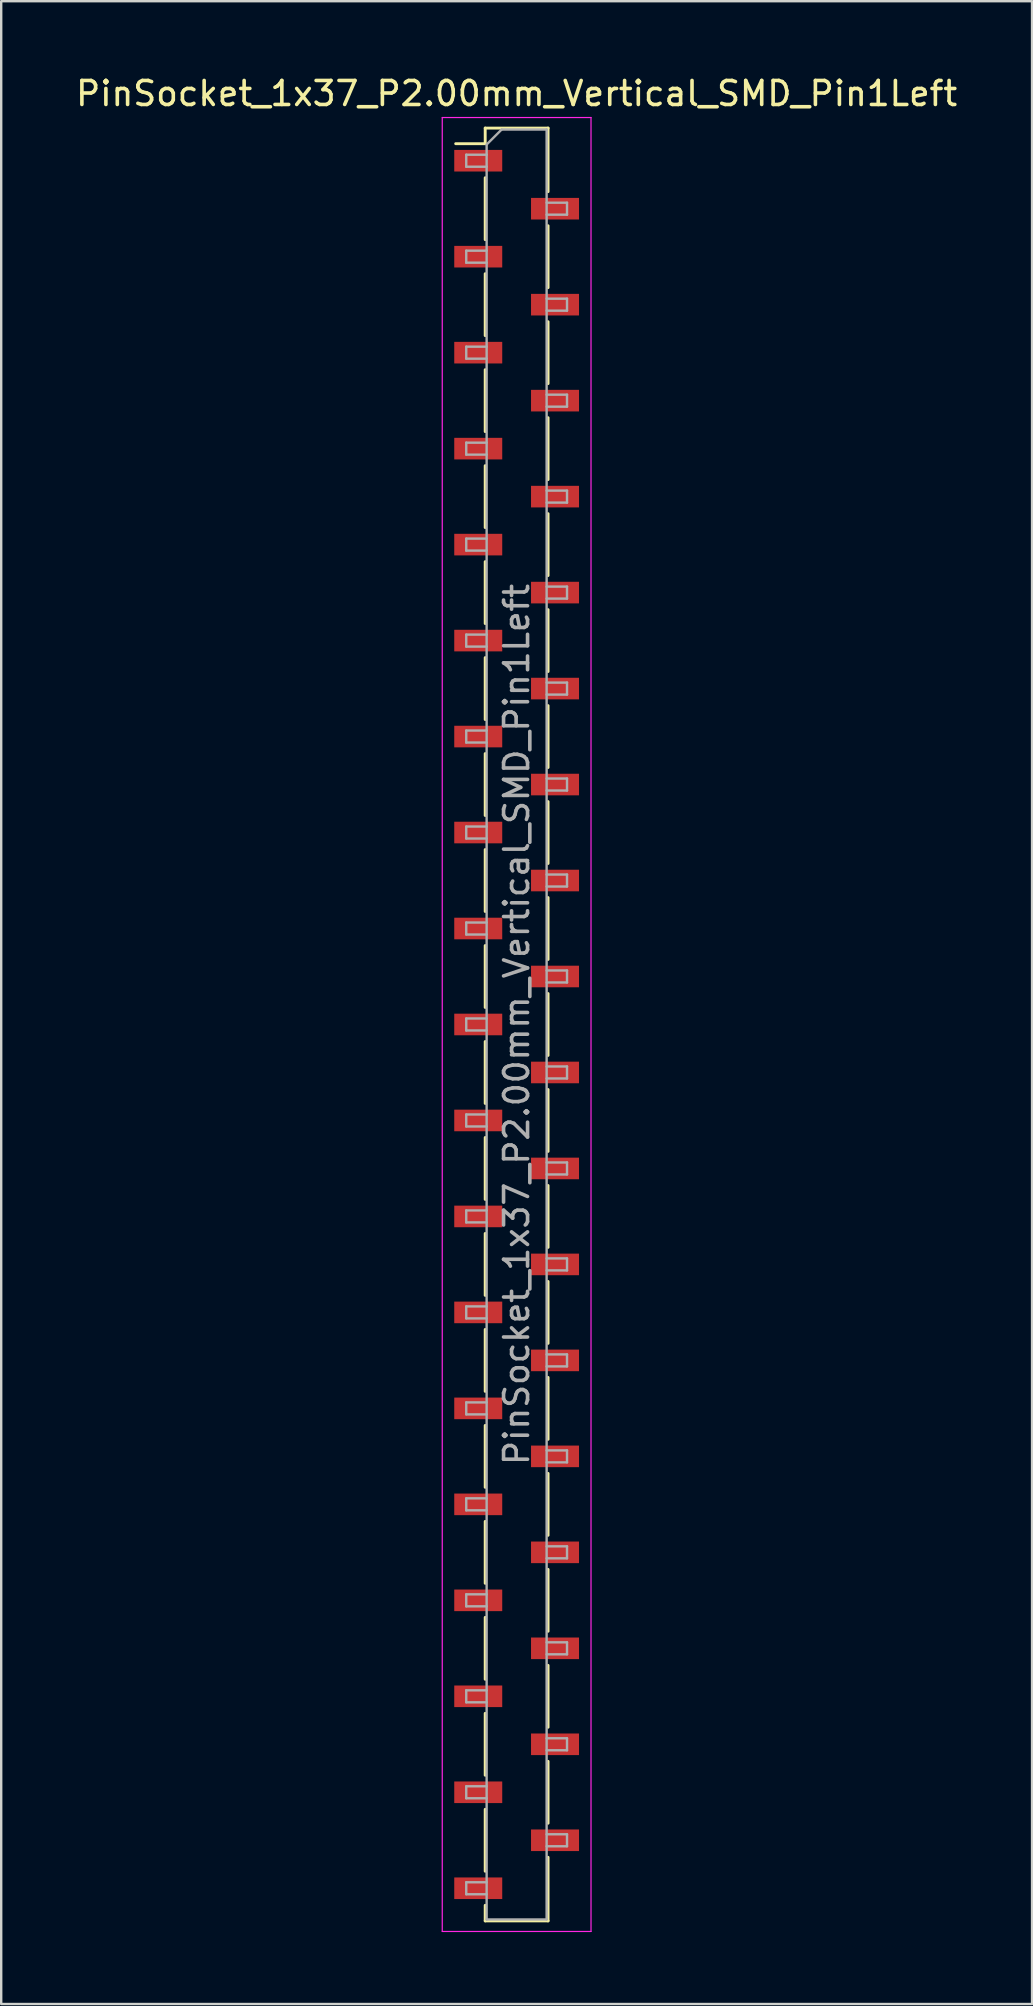
<source format=kicad_pcb>
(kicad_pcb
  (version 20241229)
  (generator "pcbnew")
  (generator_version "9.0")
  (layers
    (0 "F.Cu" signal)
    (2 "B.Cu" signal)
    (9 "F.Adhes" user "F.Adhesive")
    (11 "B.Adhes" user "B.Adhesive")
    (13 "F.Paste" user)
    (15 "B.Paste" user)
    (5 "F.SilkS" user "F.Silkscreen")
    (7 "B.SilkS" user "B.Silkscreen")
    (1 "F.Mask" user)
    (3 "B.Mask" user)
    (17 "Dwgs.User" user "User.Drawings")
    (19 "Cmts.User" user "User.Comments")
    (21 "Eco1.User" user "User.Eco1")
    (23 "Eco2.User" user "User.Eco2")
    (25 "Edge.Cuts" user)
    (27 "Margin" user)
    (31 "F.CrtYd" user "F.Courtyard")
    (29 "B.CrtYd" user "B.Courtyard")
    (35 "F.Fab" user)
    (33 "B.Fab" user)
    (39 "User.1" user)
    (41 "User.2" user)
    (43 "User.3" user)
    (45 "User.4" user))
  (footprint "PinSocket_1x37_P2.00mm_Vertical_SMD_Pin1Left"
    (layer "F.Cu")
    (at 18.482 39.648)
    (property "Reference" "PinSocket_1x37_P2.00mm_Vertical_SMD_Pin1Left" (at 0 -38.8 0) (layer "F.SilkS") (effects (font (size 1 1) (thickness 0.15))))
    (attr smd)
    (fp_line (start -2.54 -36.71) (end -1.31 -36.71) (stroke (width 0.12) (type solid)) (layer "F.SilkS"))
    (fp_line (start -1.31 -37.36) (end -1.31 -36.71) (stroke (width 0.12) (type solid)) (layer "F.SilkS"))
    (fp_line (start -1.31 -37.36) (end 1.31 -37.36) (stroke (width 0.12) (type solid)) (layer "F.SilkS"))
    (fp_line (start -1.31 -35.29) (end -1.31 -32.71) (stroke (width 0.12) (type solid)) (layer "F.SilkS"))
    (fp_line (start -1.31 -31.29) (end -1.31 -28.71) (stroke (width 0.12) (type solid)) (layer "F.SilkS"))
    (fp_line (start -1.31 -27.29) (end -1.31 -24.71) (stroke (width 0.12) (type solid)) (layer "F.SilkS"))
    (fp_line (start -1.31 -23.29) (end -1.31 -20.71) (stroke (width 0.12) (type solid)) (layer "F.SilkS"))
    (fp_line (start -1.31 -19.29) (end -1.31 -16.71) (stroke (width 0.12) (type solid)) (layer "F.SilkS"))
    (fp_line (start -1.31 -15.29) (end -1.31 -12.71) (stroke (width 0.12) (type solid)) (layer "F.SilkS"))
    (fp_line (start -1.31 -11.29) (end -1.31 -8.71) (stroke (width 0.12) (type solid)) (layer "F.SilkS"))
    (fp_line (start -1.31 -7.29) (end -1.31 -4.71) (stroke (width 0.12) (type solid)) (layer "F.SilkS"))
    (fp_line (start -1.31 -3.29) (end -1.31 -0.71) (stroke (width 0.12) (type solid)) (layer "F.SilkS"))
    (fp_line (start -1.31 0.71) (end -1.31 3.29) (stroke (width 0.12) (type solid)) (layer "F.SilkS"))
    (fp_line (start -1.31 4.71) (end -1.31 7.29) (stroke (width 0.12) (type solid)) (layer "F.SilkS"))
    (fp_line (start -1.31 8.71) (end -1.31 11.29) (stroke (width 0.12) (type solid)) (layer "F.SilkS"))
    (fp_line (start -1.31 12.71) (end -1.31 15.29) (stroke (width 0.12) (type solid)) (layer "F.SilkS"))
    (fp_line (start -1.31 16.71) (end -1.31 19.29) (stroke (width 0.12) (type solid)) (layer "F.SilkS"))
    (fp_line (start -1.31 20.71) (end -1.31 23.29) (stroke (width 0.12) (type solid)) (layer "F.SilkS"))
    (fp_line (start -1.31 24.71) (end -1.31 27.29) (stroke (width 0.12) (type solid)) (layer "F.SilkS"))
    (fp_line (start -1.31 28.71) (end -1.31 31.29) (stroke (width 0.12) (type solid)) (layer "F.SilkS"))
    (fp_line (start -1.31 32.71) (end -1.31 35.29) (stroke (width 0.12) (type solid)) (layer "F.SilkS"))
    (fp_line (start -1.31 36.71) (end -1.31 37.36) (stroke (width 0.12) (type solid)) (layer "F.SilkS"))
    (fp_line (start -1.31 37.36) (end 1.31 37.36) (stroke (width 0.12) (type solid)) (layer "F.SilkS"))
    (fp_line (start 1.31 -37.36) (end 1.31 -34.71) (stroke (width 0.12) (type solid)) (layer "F.SilkS"))
    (fp_line (start 1.31 -33.29) (end 1.31 -30.71) (stroke (width 0.12) (type solid)) (layer "F.SilkS"))
    (fp_line (start 1.31 -29.29) (end 1.31 -26.71) (stroke (width 0.12) (type solid)) (layer "F.SilkS"))
    (fp_line (start 1.31 -25.29) (end 1.31 -22.71) (stroke (width 0.12) (type solid)) (layer "F.SilkS"))
    (fp_line (start 1.31 -21.29) (end 1.31 -18.71) (stroke (width 0.12) (type solid)) (layer "F.SilkS"))
    (fp_line (start 1.31 -17.29) (end 1.31 -14.71) (stroke (width 0.12) (type solid)) (layer "F.SilkS"))
    (fp_line (start 1.31 -13.29) (end 1.31 -10.71) (stroke (width 0.12) (type solid)) (layer "F.SilkS"))
    (fp_line (start 1.31 -9.29) (end 1.31 -6.71) (stroke (width 0.12) (type solid)) (layer "F.SilkS"))
    (fp_line (start 1.31 -5.29) (end 1.31 -2.71) (stroke (width 0.12) (type solid)) (layer "F.SilkS"))
    (fp_line (start 1.31 -1.29) (end 1.31 1.29) (stroke (width 0.12) (type solid)) (layer "F.SilkS"))
    (fp_line (start 1.31 2.71) (end 1.31 5.29) (stroke (width 0.12) (type solid)) (layer "F.SilkS"))
    (fp_line (start 1.31 6.71) (end 1.31 9.29) (stroke (width 0.12) (type solid)) (layer "F.SilkS"))
    (fp_line (start 1.31 10.71) (end 1.31 13.29) (stroke (width 0.12) (type solid)) (layer "F.SilkS"))
    (fp_line (start 1.31 14.71) (end 1.31 17.29) (stroke (width 0.12) (type solid)) (layer "F.SilkS"))
    (fp_line (start 1.31 18.71) (end 1.31 21.29) (stroke (width 0.12) (type solid)) (layer "F.SilkS"))
    (fp_line (start 1.31 22.71) (end 1.31 25.29) (stroke (width 0.12) (type solid)) (layer "F.SilkS"))
    (fp_line (start 1.31 26.71) (end 1.31 29.29) (stroke (width 0.12) (type solid)) (layer "F.SilkS"))
    (fp_line (start 1.31 30.71) (end 1.31 33.29) (stroke (width 0.12) (type solid)) (layer "F.SilkS"))
    (fp_line (start 1.31 34.71) (end 1.31 37.36) (stroke (width 0.12) (type solid)) (layer "F.SilkS"))
    (fp_line (start -3.1 -37.8) (end 3.1 -37.8) (stroke (width 0.05) (type solid)) (layer "F.CrtYd"))
    (fp_line (start -3.1 37.8) (end -3.1 -37.8) (stroke (width 0.05) (type solid)) (layer "F.CrtYd"))
    (fp_line (start 3.1 -37.8) (end 3.1 37.8) (stroke (width 0.05) (type solid)) (layer "F.CrtYd"))
    (fp_line (start 3.1 37.8) (end -3.1 37.8) (stroke (width 0.05) (type solid)) (layer "F.CrtYd"))
    (fp_line (start -2.1 -36.25) (end -1.25 -36.25) (stroke (width 0.1) (type solid)) (layer "F.Fab"))
    (fp_line (start -2.1 -35.75) (end -2.1 -36.25) (stroke (width 0.1) (type solid)) (layer "F.Fab"))
    (fp_line (start -2.1 -32.25) (end -1.25 -32.25) (stroke (width 0.1) (type solid)) (layer "F.Fab"))
    (fp_line (start -2.1 -31.75) (end -2.1 -32.25) (stroke (width 0.1) (type solid)) (layer "F.Fab"))
    (fp_line (start -2.1 -28.25) (end -1.25 -28.25) (stroke (width 0.1) (type solid)) (layer "F.Fab"))
    (fp_line (start -2.1 -27.75) (end -2.1 -28.25) (stroke (width 0.1) (type solid)) (layer "F.Fab"))
    (fp_line (start -2.1 -24.25) (end -1.25 -24.25) (stroke (width 0.1) (type solid)) (layer "F.Fab"))
    (fp_line (start -2.1 -23.75) (end -2.1 -24.25) (stroke (width 0.1) (type solid)) (layer "F.Fab"))
    (fp_line (start -2.1 -20.25) (end -1.25 -20.25) (stroke (width 0.1) (type solid)) (layer "F.Fab"))
    (fp_line (start -2.1 -19.75) (end -2.1 -20.25) (stroke (width 0.1) (type solid)) (layer "F.Fab"))
    (fp_line (start -2.1 -16.25) (end -1.25 -16.25) (stroke (width 0.1) (type solid)) (layer "F.Fab"))
    (fp_line (start -2.1 -15.75) (end -2.1 -16.25) (stroke (width 0.1) (type solid)) (layer "F.Fab"))
    (fp_line (start -2.1 -12.25) (end -1.25 -12.25) (stroke (width 0.1) (type solid)) (layer "F.Fab"))
    (fp_line (start -2.1 -11.75) (end -2.1 -12.25) (stroke (width 0.1) (type solid)) (layer "F.Fab"))
    (fp_line (start -2.1 -8.25) (end -1.25 -8.25) (stroke (width 0.1) (type solid)) (layer "F.Fab"))
    (fp_line (start -2.1 -7.75) (end -2.1 -8.25) (stroke (width 0.1) (type solid)) (layer "F.Fab"))
    (fp_line (start -2.1 -4.25) (end -1.25 -4.25) (stroke (width 0.1) (type solid)) (layer "F.Fab"))
    (fp_line (start -2.1 -3.75) (end -2.1 -4.25) (stroke (width 0.1) (type solid)) (layer "F.Fab"))
    (fp_line (start -2.1 -0.25) (end -1.25 -0.25) (stroke (width 0.1) (type solid)) (layer "F.Fab"))
    (fp_line (start -2.1 0.25) (end -2.1 -0.25) (stroke (width 0.1) (type solid)) (layer "F.Fab"))
    (fp_line (start -2.1 3.75) (end -1.25 3.75) (stroke (width 0.1) (type solid)) (layer "F.Fab"))
    (fp_line (start -2.1 4.25) (end -2.1 3.75) (stroke (width 0.1) (type solid)) (layer "F.Fab"))
    (fp_line (start -2.1 7.75) (end -1.25 7.75) (stroke (width 0.1) (type solid)) (layer "F.Fab"))
    (fp_line (start -2.1 8.25) (end -2.1 7.75) (stroke (width 0.1) (type solid)) (layer "F.Fab"))
    (fp_line (start -2.1 11.75) (end -1.25 11.75) (stroke (width 0.1) (type solid)) (layer "F.Fab"))
    (fp_line (start -2.1 12.25) (end -2.1 11.75) (stroke (width 0.1) (type solid)) (layer "F.Fab"))
    (fp_line (start -2.1 15.75) (end -1.25 15.75) (stroke (width 0.1) (type solid)) (layer "F.Fab"))
    (fp_line (start -2.1 16.25) (end -2.1 15.75) (stroke (width 0.1) (type solid)) (layer "F.Fab"))
    (fp_line (start -2.1 19.75) (end -1.25 19.75) (stroke (width 0.1) (type solid)) (layer "F.Fab"))
    (fp_line (start -2.1 20.25) (end -2.1 19.75) (stroke (width 0.1) (type solid)) (layer "F.Fab"))
    (fp_line (start -2.1 23.75) (end -1.25 23.75) (stroke (width 0.1) (type solid)) (layer "F.Fab"))
    (fp_line (start -2.1 24.25) (end -2.1 23.75) (stroke (width 0.1) (type solid)) (layer "F.Fab"))
    (fp_line (start -2.1 27.75) (end -1.25 27.75) (stroke (width 0.1) (type solid)) (layer "F.Fab"))
    (fp_line (start -2.1 28.25) (end -2.1 27.75) (stroke (width 0.1) (type solid)) (layer "F.Fab"))
    (fp_line (start -2.1 31.75) (end -1.25 31.75) (stroke (width 0.1) (type solid)) (layer "F.Fab"))
    (fp_line (start -2.1 32.25) (end -2.1 31.75) (stroke (width 0.1) (type solid)) (layer "F.Fab"))
    (fp_line (start -2.1 35.75) (end -1.25 35.75) (stroke (width 0.1) (type solid)) (layer "F.Fab"))
    (fp_line (start -2.1 36.25) (end -2.1 35.75) (stroke (width 0.1) (type solid)) (layer "F.Fab"))
    (fp_line (start -1.25 -36.675) (end -0.625 -37.3) (stroke (width 0.1) (type solid)) (layer "F.Fab"))
    (fp_line (start -1.25 -35.75) (end -2.1 -35.75) (stroke (width 0.1) (type solid)) (layer "F.Fab"))
    (fp_line (start -1.25 -31.75) (end -2.1 -31.75) (stroke (width 0.1) (type solid)) (layer "F.Fab"))
    (fp_line (start -1.25 -27.75) (end -2.1 -27.75) (stroke (width 0.1) (type solid)) (layer "F.Fab"))
    (fp_line (start -1.25 -23.75) (end -2.1 -23.75) (stroke (width 0.1) (type solid)) (layer "F.Fab"))
    (fp_line (start -1.25 -19.75) (end -2.1 -19.75) (stroke (width 0.1) (type solid)) (layer "F.Fab"))
    (fp_line (start -1.25 -15.75) (end -2.1 -15.75) (stroke (width 0.1) (type solid)) (layer "F.Fab"))
    (fp_line (start -1.25 -11.75) (end -2.1 -11.75) (stroke (width 0.1) (type solid)) (layer "F.Fab"))
    (fp_line (start -1.25 -7.75) (end -2.1 -7.75) (stroke (width 0.1) (type solid)) (layer "F.Fab"))
    (fp_line (start -1.25 -3.75) (end -2.1 -3.75) (stroke (width 0.1) (type solid)) (layer "F.Fab"))
    (fp_line (start -1.25 0.25) (end -2.1 0.25) (stroke (width 0.1) (type solid)) (layer "F.Fab"))
    (fp_line (start -1.25 4.25) (end -2.1 4.25) (stroke (width 0.1) (type solid)) (layer "F.Fab"))
    (fp_line (start -1.25 8.25) (end -2.1 8.25) (stroke (width 0.1) (type solid)) (layer "F.Fab"))
    (fp_line (start -1.25 12.25) (end -2.1 12.25) (stroke (width 0.1) (type solid)) (layer "F.Fab"))
    (fp_line (start -1.25 16.25) (end -2.1 16.25) (stroke (width 0.1) (type solid)) (layer "F.Fab"))
    (fp_line (start -1.25 20.25) (end -2.1 20.25) (stroke (width 0.1) (type solid)) (layer "F.Fab"))
    (fp_line (start -1.25 24.25) (end -2.1 24.25) (stroke (width 0.1) (type solid)) (layer "F.Fab"))
    (fp_line (start -1.25 28.25) (end -2.1 28.25) (stroke (width 0.1) (type solid)) (layer "F.Fab"))
    (fp_line (start -1.25 32.25) (end -2.1 32.25) (stroke (width 0.1) (type solid)) (layer "F.Fab"))
    (fp_line (start -1.25 36.25) (end -2.1 36.25) (stroke (width 0.1) (type solid)) (layer "F.Fab"))
    (fp_line (start -1.25 37.3) (end -1.25 -36.675) (stroke (width 0.1) (type solid)) (layer "F.Fab"))
    (fp_line (start -0.625 -37.3) (end 1.25 -37.3) (stroke (width 0.1) (type solid)) (layer "F.Fab"))
    (fp_line (start 1.25 -37.3) (end 1.25 37.3) (stroke (width 0.1) (type solid)) (layer "F.Fab"))
    (fp_line (start 1.25 -34.25) (end 2.1 -34.25) (stroke (width 0.1) (type solid)) (layer "F.Fab"))
    (fp_line (start 1.25 -30.25) (end 2.1 -30.25) (stroke (width 0.1) (type solid)) (layer "F.Fab"))
    (fp_line (start 1.25 -26.25) (end 2.1 -26.25) (stroke (width 0.1) (type solid)) (layer "F.Fab"))
    (fp_line (start 1.25 -22.25) (end 2.1 -22.25) (stroke (width 0.1) (type solid)) (layer "F.Fab"))
    (fp_line (start 1.25 -18.25) (end 2.1 -18.25) (stroke (width 0.1) (type solid)) (layer "F.Fab"))
    (fp_line (start 1.25 -14.25) (end 2.1 -14.25) (stroke (width 0.1) (type solid)) (layer "F.Fab"))
    (fp_line (start 1.25 -10.25) (end 2.1 -10.25) (stroke (width 0.1) (type solid)) (layer "F.Fab"))
    (fp_line (start 1.25 -6.25) (end 2.1 -6.25) (stroke (width 0.1) (type solid)) (layer "F.Fab"))
    (fp_line (start 1.25 -2.25) (end 2.1 -2.25) (stroke (width 0.1) (type solid)) (layer "F.Fab"))
    (fp_line (start 1.25 1.75) (end 2.1 1.75) (stroke (width 0.1) (type solid)) (layer "F.Fab"))
    (fp_line (start 1.25 5.75) (end 2.1 5.75) (stroke (width 0.1) (type solid)) (layer "F.Fab"))
    (fp_line (start 1.25 9.75) (end 2.1 9.75) (stroke (width 0.1) (type solid)) (layer "F.Fab"))
    (fp_line (start 1.25 13.75) (end 2.1 13.75) (stroke (width 0.1) (type solid)) (layer "F.Fab"))
    (fp_line (start 1.25 17.75) (end 2.1 17.75) (stroke (width 0.1) (type solid)) (layer "F.Fab"))
    (fp_line (start 1.25 21.75) (end 2.1 21.75) (stroke (width 0.1) (type solid)) (layer "F.Fab"))
    (fp_line (start 1.25 25.75) (end 2.1 25.75) (stroke (width 0.1) (type solid)) (layer "F.Fab"))
    (fp_line (start 1.25 29.75) (end 2.1 29.75) (stroke (width 0.1) (type solid)) (layer "F.Fab"))
    (fp_line (start 1.25 33.75) (end 2.1 33.75) (stroke (width 0.1) (type solid)) (layer "F.Fab"))
    (fp_line (start 1.25 37.3) (end -1.25 37.3) (stroke (width 0.1) (type solid)) (layer "F.Fab"))
    (fp_line (start 2.1 -34.25) (end 2.1 -33.75) (stroke (width 0.1) (type solid)) (layer "F.Fab"))
    (fp_line (start 2.1 -33.75) (end 1.25 -33.75) (stroke (width 0.1) (type solid)) (layer "F.Fab"))
    (fp_line (start 2.1 -30.25) (end 2.1 -29.75) (stroke (width 0.1) (type solid)) (layer "F.Fab"))
    (fp_line (start 2.1 -29.75) (end 1.25 -29.75) (stroke (width 0.1) (type solid)) (layer "F.Fab"))
    (fp_line (start 2.1 -26.25) (end 2.1 -25.75) (stroke (width 0.1) (type solid)) (layer "F.Fab"))
    (fp_line (start 2.1 -25.75) (end 1.25 -25.75) (stroke (width 0.1) (type solid)) (layer "F.Fab"))
    (fp_line (start 2.1 -22.25) (end 2.1 -21.75) (stroke (width 0.1) (type solid)) (layer "F.Fab"))
    (fp_line (start 2.1 -21.75) (end 1.25 -21.75) (stroke (width 0.1) (type solid)) (layer "F.Fab"))
    (fp_line (start 2.1 -18.25) (end 2.1 -17.75) (stroke (width 0.1) (type solid)) (layer "F.Fab"))
    (fp_line (start 2.1 -17.75) (end 1.25 -17.75) (stroke (width 0.1) (type solid)) (layer "F.Fab"))
    (fp_line (start 2.1 -14.25) (end 2.1 -13.75) (stroke (width 0.1) (type solid)) (layer "F.Fab"))
    (fp_line (start 2.1 -13.75) (end 1.25 -13.75) (stroke (width 0.1) (type solid)) (layer "F.Fab"))
    (fp_line (start 2.1 -10.25) (end 2.1 -9.75) (stroke (width 0.1) (type solid)) (layer "F.Fab"))
    (fp_line (start 2.1 -9.75) (end 1.25 -9.75) (stroke (width 0.1) (type solid)) (layer "F.Fab"))
    (fp_line (start 2.1 -6.25) (end 2.1 -5.75) (stroke (width 0.1) (type solid)) (layer "F.Fab"))
    (fp_line (start 2.1 -5.75) (end 1.25 -5.75) (stroke (width 0.1) (type solid)) (layer "F.Fab"))
    (fp_line (start 2.1 -2.25) (end 2.1 -1.75) (stroke (width 0.1) (type solid)) (layer "F.Fab"))
    (fp_line (start 2.1 -1.75) (end 1.25 -1.75) (stroke (width 0.1) (type solid)) (layer "F.Fab"))
    (fp_line (start 2.1 1.75) (end 2.1 2.25) (stroke (width 0.1) (type solid)) (layer "F.Fab"))
    (fp_line (start 2.1 2.25) (end 1.25 2.25) (stroke (width 0.1) (type solid)) (layer "F.Fab"))
    (fp_line (start 2.1 5.75) (end 2.1 6.25) (stroke (width 0.1) (type solid)) (layer "F.Fab"))
    (fp_line (start 2.1 6.25) (end 1.25 6.25) (stroke (width 0.1) (type solid)) (layer "F.Fab"))
    (fp_line (start 2.1 9.75) (end 2.1 10.25) (stroke (width 0.1) (type solid)) (layer "F.Fab"))
    (fp_line (start 2.1 10.25) (end 1.25 10.25) (stroke (width 0.1) (type solid)) (layer "F.Fab"))
    (fp_line (start 2.1 13.75) (end 2.1 14.25) (stroke (width 0.1) (type solid)) (layer "F.Fab"))
    (fp_line (start 2.1 14.25) (end 1.25 14.25) (stroke (width 0.1) (type solid)) (layer "F.Fab"))
    (fp_line (start 2.1 17.75) (end 2.1 18.25) (stroke (width 0.1) (type solid)) (layer "F.Fab"))
    (fp_line (start 2.1 18.25) (end 1.25 18.25) (stroke (width 0.1) (type solid)) (layer "F.Fab"))
    (fp_line (start 2.1 21.75) (end 2.1 22.25) (stroke (width 0.1) (type solid)) (layer "F.Fab"))
    (fp_line (start 2.1 22.25) (end 1.25 22.25) (stroke (width 0.1) (type solid)) (layer "F.Fab"))
    (fp_line (start 2.1 25.75) (end 2.1 26.25) (stroke (width 0.1) (type solid)) (layer "F.Fab"))
    (fp_line (start 2.1 26.25) (end 1.25 26.25) (stroke (width 0.1) (type solid)) (layer "F.Fab"))
    (fp_line (start 2.1 29.75) (end 2.1 30.25) (stroke (width 0.1) (type solid)) (layer "F.Fab"))
    (fp_line (start 2.1 30.25) (end 1.25 30.25) (stroke (width 0.1) (type solid)) (layer "F.Fab"))
    (fp_line (start 2.1 33.75) (end 2.1 34.25) (stroke (width 0.1) (type solid)) (layer "F.Fab"))
    (fp_line (start 2.1 34.25) (end 1.25 34.25) (stroke (width 0.1) (type solid)) (layer "F.Fab"))
    (fp_text user "${REFERENCE}" (at 0 0 90) (layer "F.Fab") (effects (font (size 1 1) (thickness 0.15))))
    (pad "1" smd rect (at -1.6 -36) (size 2 0.9) (layers "F.Cu" "F.Mask" "F.Paste"))
    (pad "2" smd rect (at 1.6 -34) (size 2 0.9) (layers "F.Cu" "F.Mask" "F.Paste"))
    (pad "3" smd rect (at -1.6 -32) (size 2 0.9) (layers "F.Cu" "F.Mask" "F.Paste"))
    (pad "4" smd rect (at 1.6 -30) (size 2 0.9) (layers "F.Cu" "F.Mask" "F.Paste"))
    (pad "5" smd rect (at -1.6 -28) (size 2 0.9) (layers "F.Cu" "F.Mask" "F.Paste"))
    (pad "6" smd rect (at 1.6 -26) (size 2 0.9) (layers "F.Cu" "F.Mask" "F.Paste"))
    (pad "7" smd rect (at -1.6 -24) (size 2 0.9) (layers "F.Cu" "F.Mask" "F.Paste"))
    (pad "8" smd rect (at 1.6 -22) (size 2 0.9) (layers "F.Cu" "F.Mask" "F.Paste"))
    (pad "9" smd rect (at -1.6 -20) (size 2 0.9) (layers "F.Cu" "F.Mask" "F.Paste"))
    (pad "10" smd rect (at 1.6 -18) (size 2 0.9) (layers "F.Cu" "F.Mask" "F.Paste"))
    (pad "11" smd rect (at -1.6 -16) (size 2 0.9) (layers "F.Cu" "F.Mask" "F.Paste"))
    (pad "12" smd rect (at 1.6 -14) (size 2 0.9) (layers "F.Cu" "F.Mask" "F.Paste"))
    (pad "13" smd rect (at -1.6 -12) (size 2 0.9) (layers "F.Cu" "F.Mask" "F.Paste"))
    (pad "14" smd rect (at 1.6 -10) (size 2 0.9) (layers "F.Cu" "F.Mask" "F.Paste"))
    (pad "15" smd rect (at -1.6 -8) (size 2 0.9) (layers "F.Cu" "F.Mask" "F.Paste"))
    (pad "16" smd rect (at 1.6 -6) (size 2 0.9) (layers "F.Cu" "F.Mask" "F.Paste"))
    (pad "17" smd rect (at -1.6 -4) (size 2 0.9) (layers "F.Cu" "F.Mask" "F.Paste"))
    (pad "18" smd rect (at 1.6 -2) (size 2 0.9) (layers "F.Cu" "F.Mask" "F.Paste"))
    (pad "19" smd rect (at -1.6 0) (size 2 0.9) (layers "F.Cu" "F.Mask" "F.Paste"))
    (pad "20" smd rect (at 1.6 2) (size 2 0.9) (layers "F.Cu" "F.Mask" "F.Paste"))
    (pad "21" smd rect (at -1.6 4) (size 2 0.9) (layers "F.Cu" "F.Mask" "F.Paste"))
    (pad "22" smd rect (at 1.6 6) (size 2 0.9) (layers "F.Cu" "F.Mask" "F.Paste"))
    (pad "23" smd rect (at -1.6 8) (size 2 0.9) (layers "F.Cu" "F.Mask" "F.Paste"))
    (pad "24" smd rect (at 1.6 10) (size 2 0.9) (layers "F.Cu" "F.Mask" "F.Paste"))
    (pad "25" smd rect (at -1.6 12) (size 2 0.9) (layers "F.Cu" "F.Mask" "F.Paste"))
    (pad "26" smd rect (at 1.6 14) (size 2 0.9) (layers "F.Cu" "F.Mask" "F.Paste"))
    (pad "27" smd rect (at -1.6 16) (size 2 0.9) (layers "F.Cu" "F.Mask" "F.Paste"))
    (pad "28" smd rect (at 1.6 18) (size 2 0.9) (layers "F.Cu" "F.Mask" "F.Paste"))
    (pad "29" smd rect (at -1.6 20) (size 2 0.9) (layers "F.Cu" "F.Mask" "F.Paste"))
    (pad "30" smd rect (at 1.6 22) (size 2 0.9) (layers "F.Cu" "F.Mask" "F.Paste"))
    (pad "31" smd rect (at -1.6 24) (size 2 0.9) (layers "F.Cu" "F.Mask" "F.Paste"))
    (pad "32" smd rect (at 1.6 26) (size 2 0.9) (layers "F.Cu" "F.Mask" "F.Paste"))
    (pad "33" smd rect (at -1.6 28) (size 2 0.9) (layers "F.Cu" "F.Mask" "F.Paste"))
    (pad "34" smd rect (at 1.6 30) (size 2 0.9) (layers "F.Cu" "F.Mask" "F.Paste"))
    (pad "35" smd rect (at -1.6 32) (size 2 0.9) (layers "F.Cu" "F.Mask" "F.Paste"))
    (pad "36" smd rect (at 1.6 34) (size 2 0.9) (layers "F.Cu" "F.Mask" "F.Paste"))
    (pad "37" smd rect (at -1.6 36) (size 2 0.9) (layers "F.Cu" "F.Mask" "F.Paste")))
  (gr_rect
    (start -3 -3)
    (end 39.964 80.473)
    (stroke (width 0.1) (type default))
    (fill no)
    (layer "Edge.Cuts")))
</source>
